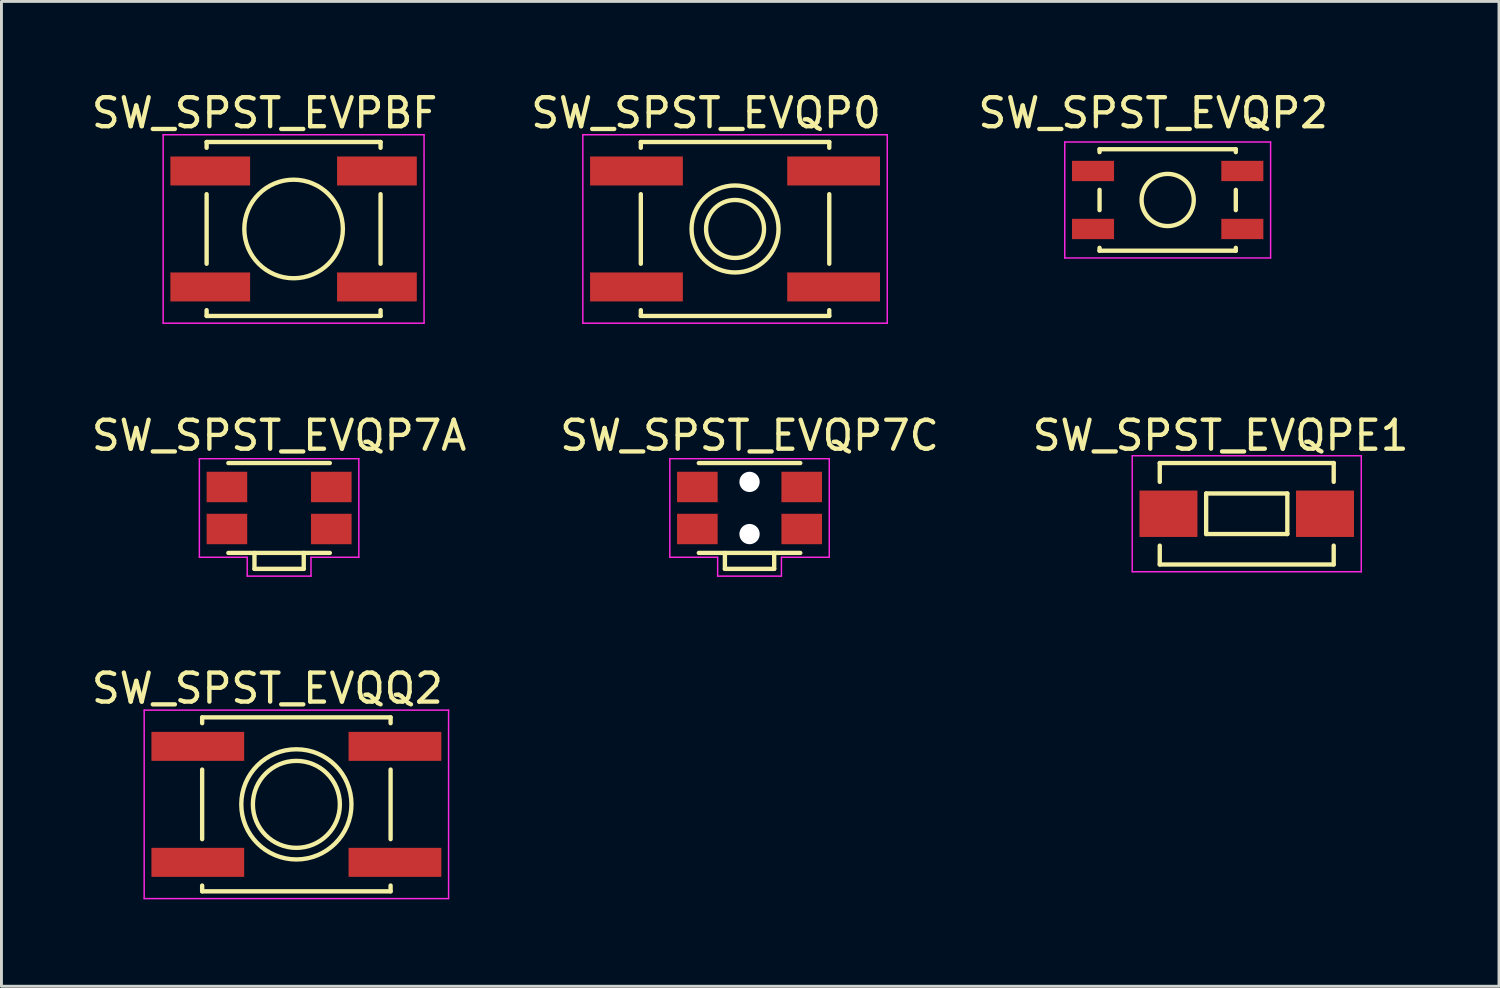
<source format=kicad_pcb>
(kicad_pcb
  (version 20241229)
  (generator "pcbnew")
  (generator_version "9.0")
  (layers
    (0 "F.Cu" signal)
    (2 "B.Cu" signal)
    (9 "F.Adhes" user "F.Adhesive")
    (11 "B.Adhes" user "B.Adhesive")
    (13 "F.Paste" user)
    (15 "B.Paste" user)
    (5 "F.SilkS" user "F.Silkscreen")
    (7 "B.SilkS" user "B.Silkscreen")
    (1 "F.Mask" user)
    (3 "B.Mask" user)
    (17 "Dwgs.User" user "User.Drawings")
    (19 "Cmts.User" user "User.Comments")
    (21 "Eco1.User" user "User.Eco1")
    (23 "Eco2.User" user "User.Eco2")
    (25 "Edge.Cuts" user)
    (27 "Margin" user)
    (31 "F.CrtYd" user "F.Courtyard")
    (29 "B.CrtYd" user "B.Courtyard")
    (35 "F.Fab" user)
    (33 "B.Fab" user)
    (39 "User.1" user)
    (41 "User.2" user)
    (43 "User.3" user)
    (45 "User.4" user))
  (footprint "SW_SPST_EVQQ2"
    (layer "F.Cu")
    (at 7.173 24.695)
    (property "Reference" "SW_SPST_EVQQ2" (at -1 -4 0) (layer "F.SilkS") (effects (font (size 1 1) (thickness 0.15))))
    (attr smd)
    (fp_line (start -3.25 -3) (end -3.25 -2.8) (stroke (width 0.15) (type solid)) (layer "F.SilkS"))
    (fp_line (start -3.25 -1.2) (end -3.25 1.2) (stroke (width 0.15) (type solid)) (layer "F.SilkS"))
    (fp_line (start -3.25 3) (end -3.25 2.8) (stroke (width 0.15) (type solid)) (layer "F.SilkS"))
    (fp_line (start -3.25 3) (end 3.25 3) (stroke (width 0.15) (type solid)) (layer "F.SilkS"))
    (fp_line (start 3.25 -3) (end -3.25 -3) (stroke (width 0.15) (type solid)) (layer "F.SilkS"))
    (fp_line (start 3.25 -3) (end 3.25 -2.8) (stroke (width 0.15) (type solid)) (layer "F.SilkS"))
    (fp_line (start 3.25 -1.2) (end 3.25 1.2) (stroke (width 0.15) (type solid)) (layer "F.SilkS"))
    (fp_line (start 3.25 3) (end 3.25 2.8) (stroke (width 0.15) (type solid)) (layer "F.SilkS"))
    (fp_circle (center 0 0) (end 1.5 0) (stroke (width 0.15) (type solid)) (fill no) (layer "F.SilkS"))
    (fp_circle (center 0 0) (end 1.9 0) (stroke (width 0.15) (type solid)) (fill no) (layer "F.SilkS"))
    (fp_line (start -5.25 -3.25) (end 5.25 -3.25) (stroke (width 0.05) (type solid)) (layer "F.CrtYd"))
    (fp_line (start -5.25 3.25) (end -5.25 -3.25) (stroke (width 0.05) (type solid)) (layer "F.CrtYd"))
    (fp_line (start 5.25 -3.25) (end 5.25 3.25) (stroke (width 0.05) (type solid)) (layer "F.CrtYd"))
    (fp_line (start 5.25 3.25) (end -5.25 3.25) (stroke (width 0.05) (type solid)) (layer "F.CrtYd"))
    (pad "1" smd rect (at -3.4 -2) (size 3.2 1) (layers "F.Cu" "F.Mask" "F.Paste"))
    (pad "1" smd rect (at 3.4 -2) (size 3.2 1) (layers "F.Cu" "F.Mask" "F.Paste"))
    (pad "2" smd rect (at -3.4 2) (size 3.2 1) (layers "F.Cu" "F.Mask" "F.Paste"))
    (pad "2" smd rect (at 3.4 2) (size 3.2 1) (layers "F.Cu" "F.Mask" "F.Paste")))
  (footprint "SW_SPST_EVQPE1"
    (layer "F.Cu")
    (at 39.954 14.671)
    (property "Reference" "SW_SPST_EVQPE1" (at -0.9 -2.7 0) (layer "F.SilkS") (effects (font (size 1 1) (thickness 0.15))))
    (attr smd)
    (fp_line (start -3 -1.75) (end -3 -1.1) (stroke (width 0.15) (type solid)) (layer "F.SilkS"))
    (fp_line (start -3 1.1) (end -3 1.75) (stroke (width 0.15) (type solid)) (layer "F.SilkS"))
    (fp_line (start -3 1.75) (end 3 1.75) (stroke (width 0.15) (type solid)) (layer "F.SilkS"))
    (fp_line (start -1.4 -0.7) (end 1.4 -0.7) (stroke (width 0.15) (type solid)) (layer "F.SilkS"))
    (fp_line (start -1.4 0.7) (end -1.4 -0.7) (stroke (width 0.15) (type solid)) (layer "F.SilkS"))
    (fp_line (start 1.4 -0.7) (end 1.4 0.7) (stroke (width 0.15) (type solid)) (layer "F.SilkS"))
    (fp_line (start 1.4 0.7) (end -1.4 0.7) (stroke (width 0.15) (type solid)) (layer "F.SilkS"))
    (fp_line (start 3 -1.75) (end -3 -1.75) (stroke (width 0.15) (type solid)) (layer "F.SilkS"))
    (fp_line (start 3 -1.75) (end 3 -1.1) (stroke (width 0.15) (type solid)) (layer "F.SilkS"))
    (fp_line (start 3 1.75) (end 3 1.1) (stroke (width 0.15) (type solid)) (layer "F.SilkS"))
    (fp_line (start -3.95 -2) (end 3.95 -2) (stroke (width 0.05) (type solid)) (layer "F.CrtYd"))
    (fp_line (start -3.95 2) (end -3.95 -2) (stroke (width 0.05) (type solid)) (layer "F.CrtYd"))
    (fp_line (start 3.95 -2) (end 3.95 2) (stroke (width 0.05) (type solid)) (layer "F.CrtYd"))
    (fp_line (start 3.95 2) (end -3.95 2) (stroke (width 0.05) (type solid)) (layer "F.CrtYd"))
    (pad "1" smd rect (at -2.7 0) (size 2 1.6) (layers "F.Cu" "F.Mask" "F.Paste"))
    (pad "2" smd rect (at 2.7 0) (size 2 1.6) (layers "F.Cu" "F.Mask" "F.Paste")))
  (footprint "SW_SPST_EVPBF"
    (layer "F.Cu")
    (at 7.077 4.848)
    (property "Reference" "SW_SPST_EVPBF" (at -1 -4 0) (layer "F.SilkS") (effects (font (size 1 1) (thickness 0.15))))
    (attr smd)
    (fp_line (start -3 -3) (end -3 -2.8) (stroke (width 0.15) (type solid)) (layer "F.SilkS"))
    (fp_line (start -3 -1.2) (end -3 1.2) (stroke (width 0.15) (type solid)) (layer "F.SilkS"))
    (fp_line (start -3 3) (end -3 2.8) (stroke (width 0.15) (type solid)) (layer "F.SilkS"))
    (fp_line (start -3 3) (end 3 3) (stroke (width 0.15) (type solid)) (layer "F.SilkS"))
    (fp_line (start 3 -3) (end -3 -3) (stroke (width 0.15) (type solid)) (layer "F.SilkS"))
    (fp_line (start 3 -3) (end 3 -2.8) (stroke (width 0.15) (type solid)) (layer "F.SilkS"))
    (fp_line (start 3 -1.2) (end 3 1.2) (stroke (width 0.15) (type solid)) (layer "F.SilkS"))
    (fp_line (start 3 3) (end 3 2.8) (stroke (width 0.15) (type solid)) (layer "F.SilkS"))
    (fp_circle (center 0 0) (end 1.7 0) (stroke (width 0.15) (type solid)) (fill no) (layer "F.SilkS"))
    (fp_line (start -4.5 -3.25) (end 4.5 -3.25) (stroke (width 0.05) (type solid)) (layer "F.CrtYd"))
    (fp_line (start -4.5 3.25) (end -4.5 -3.25) (stroke (width 0.05) (type solid)) (layer "F.CrtYd"))
    (fp_line (start 4.5 -3.25) (end 4.5 3.25) (stroke (width 0.05) (type solid)) (layer "F.CrtYd"))
    (fp_line (start 4.5 3.25) (end -4.5 3.25) (stroke (width 0.05) (type solid)) (layer "F.CrtYd"))
    (pad "1" smd rect (at -2.875 -2) (size 2.75 1) (layers "F.Cu" "F.Mask" "F.Paste"))
    (pad "1" smd rect (at 2.875 -2) (size 2.75 1) (layers "F.Cu" "F.Mask" "F.Paste"))
    (pad "2" smd rect (at -2.875 2) (size 2.75 1) (layers "F.Cu" "F.Mask" "F.Paste"))
    (pad "2" smd rect (at 2.875 2) (size 2.75 1) (layers "F.Cu" "F.Mask" "F.Paste")))
  (footprint "SW_SPST_EVQP0"
    (layer "F.Cu")
    (at 22.304 4.848)
    (property "Reference" "SW_SPST_EVQP0" (at -1 -4 0) (layer "F.SilkS") (effects (font (size 1 1) (thickness 0.15))))
    (attr smd)
    (fp_line (start -3.25 -3) (end -3.25 -2.8) (stroke (width 0.15) (type solid)) (layer "F.SilkS"))
    (fp_line (start -3.25 -1.2) (end -3.25 1.2) (stroke (width 0.15) (type solid)) (layer "F.SilkS"))
    (fp_line (start -3.25 3) (end -3.25 2.8) (stroke (width 0.15) (type solid)) (layer "F.SilkS"))
    (fp_line (start -3.25 3) (end 3.25 3) (stroke (width 0.15) (type solid)) (layer "F.SilkS"))
    (fp_line (start 3.25 -3) (end -3.25 -3) (stroke (width 0.15) (type solid)) (layer "F.SilkS"))
    (fp_line (start 3.25 -3) (end 3.25 -2.8) (stroke (width 0.15) (type solid)) (layer "F.SilkS"))
    (fp_line (start 3.25 -1.2) (end 3.25 1.2) (stroke (width 0.15) (type solid)) (layer "F.SilkS"))
    (fp_line (start 3.25 3) (end 3.25 2.8) (stroke (width 0.15) (type solid)) (layer "F.SilkS"))
    (fp_circle (center 0 0) (end 1 0) (stroke (width 0.15) (type solid)) (fill no) (layer "F.SilkS"))
    (fp_circle (center 0 0) (end 1.5 0) (stroke (width 0.15) (type solid)) (fill no) (layer "F.SilkS"))
    (fp_line (start -5.25 -3.25) (end 5.25 -3.25) (stroke (width 0.05) (type solid)) (layer "F.CrtYd"))
    (fp_line (start -5.25 3.25) (end -5.25 -3.25) (stroke (width 0.05) (type solid)) (layer "F.CrtYd"))
    (fp_line (start 5.25 -3.25) (end 5.25 3.25) (stroke (width 0.05) (type solid)) (layer "F.CrtYd"))
    (fp_line (start 5.25 3.25) (end -5.25 3.25) (stroke (width 0.05) (type solid)) (layer "F.CrtYd"))
    (pad "1" smd rect (at -3.4 -2) (size 3.2 1) (layers "F.Cu" "F.Mask" "F.Paste"))
    (pad "1" smd rect (at 3.4 -2) (size 3.2 1) (layers "F.Cu" "F.Mask" "F.Paste"))
    (pad "2" smd rect (at -3.4 2) (size 3.2 1) (layers "F.Cu" "F.Mask" "F.Paste"))
    (pad "2" smd rect (at 3.4 2) (size 3.2 1) (layers "F.Cu" "F.Mask" "F.Paste")))
  (footprint "SW_SPST_EVQP7A"
    (layer "F.Cu")
    (at 6.577 14.472)
    (property "Reference" "SW_SPST_EVQP7A" (at 0 -2.5 0) (layer "F.SilkS") (effects (font (size 1 1) (thickness 0.15))))
    (attr smd)
    (fp_line (start -1.75 -1.55) (end 1.75 -1.55) (stroke (width 0.15) (type solid)) (layer "F.SilkS"))
    (fp_line (start -0.85 2.1) (end -0.85 1.55) (stroke (width 0.15) (type solid)) (layer "F.SilkS"))
    (fp_line (start 0.85 1.55) (end 0.85 2.1) (stroke (width 0.15) (type solid)) (layer "F.SilkS"))
    (fp_line (start 0.85 2.1) (end -0.85 2.1) (stroke (width 0.15) (type solid)) (layer "F.SilkS"))
    (fp_line (start 1.75 1.55) (end -1.75 1.55) (stroke (width 0.15) (type solid)) (layer "F.SilkS"))
    (fp_line (start -2.75 -1.7) (end 2.75 -1.7) (stroke (width 0.05) (type solid)) (layer "F.CrtYd"))
    (fp_line (start -2.75 1.7) (end -2.75 -1.7) (stroke (width 0.05) (type solid)) (layer "F.CrtYd"))
    (fp_line (start -1.1 1.7) (end -2.75 1.7) (stroke (width 0.05) (type solid)) (layer "F.CrtYd"))
    (fp_line (start -1.1 2.35) (end -1.1 1.7) (stroke (width 0.05) (type solid)) (layer "F.CrtYd"))
    (fp_line (start 1.1 1.7) (end 1.1 2.35) (stroke (width 0.05) (type solid)) (layer "F.CrtYd"))
    (fp_line (start 1.1 2.35) (end -1.1 2.35) (stroke (width 0.05) (type solid)) (layer "F.CrtYd"))
    (fp_line (start 2.75 -1.7) (end 2.75 1.7) (stroke (width 0.05) (type solid)) (layer "F.CrtYd"))
    (fp_line (start 2.75 1.7) (end 1.1 1.7) (stroke (width 0.05) (type solid)) (layer "F.CrtYd"))
    (pad "1" smd rect (at -1.8 -0.725) (size 1.4 1.05) (layers "F.Cu" "F.Mask" "F.Paste"))
    (pad "1" smd rect (at 1.8 -0.725) (size 1.4 1.05) (layers "F.Cu" "F.Mask" "F.Paste"))
    (pad "2" smd rect (at -1.8 0.725) (size 1.4 1.05) (layers "F.Cu" "F.Mask" "F.Paste"))
    (pad "2" smd rect (at 1.8 0.725) (size 1.4 1.05) (layers "F.Cu" "F.Mask" "F.Paste")))
  (footprint "SW_SPST_EVQP7C"
    (layer "F.Cu")
    (at 22.804 14.472)
    (property "Reference" "SW_SPST_EVQP7C" (at 0 -2.5 0) (layer "F.SilkS") (effects (font (size 1 1) (thickness 0.15))))
    (attr smd)
    (fp_line (start -1.75 -1.55) (end 1.75 -1.55) (stroke (width 0.15) (type solid)) (layer "F.SilkS"))
    (fp_line (start -0.85 2.1) (end -0.85 1.55) (stroke (width 0.15) (type solid)) (layer "F.SilkS"))
    (fp_line (start 0.85 1.55) (end 0.85 2.1) (stroke (width 0.15) (type solid)) (layer "F.SilkS"))
    (fp_line (start 0.85 2.1) (end -0.85 2.1) (stroke (width 0.15) (type solid)) (layer "F.SilkS"))
    (fp_line (start 1.75 1.55) (end -1.75 1.55) (stroke (width 0.15) (type solid)) (layer "F.SilkS"))
    (fp_line (start -2.75 -1.7) (end 2.75 -1.7) (stroke (width 0.05) (type solid)) (layer "F.CrtYd"))
    (fp_line (start -2.75 1.7) (end -2.75 -1.7) (stroke (width 0.05) (type solid)) (layer "F.CrtYd"))
    (fp_line (start -1.1 1.7) (end -2.75 1.7) (stroke (width 0.05) (type solid)) (layer "F.CrtYd"))
    (fp_line (start -1.1 2.35) (end -1.1 1.7) (stroke (width 0.05) (type solid)) (layer "F.CrtYd"))
    (fp_line (start 1.1 1.7) (end 1.1 2.35) (stroke (width 0.05) (type solid)) (layer "F.CrtYd"))
    (fp_line (start 1.1 2.35) (end -1.1 2.35) (stroke (width 0.05) (type solid)) (layer "F.CrtYd"))
    (fp_line (start 2.75 -1.7) (end 2.75 1.7) (stroke (width 0.05) (type solid)) (layer "F.CrtYd"))
    (fp_line (start 2.75 1.7) (end 1.1 1.7) (stroke (width 0.05) (type solid)) (layer "F.CrtYd"))
    (pad "" np_thru_hole circle (at 0 -0.9) (size 0.7 0.7) (drill 0.7) (layers "*.Cu" "*.Mask"))
    (pad "" np_thru_hole circle (at 0 0.9) (size 0.7 0.7) (drill 0.7) (layers "*.Cu" "*.Mask"))
    (pad "1" smd rect (at -1.8 -0.725) (size 1.4 1.05) (layers "F.Cu" "F.Mask" "F.Paste"))
    (pad "1" smd rect (at 1.8 -0.725) (size 1.4 1.05) (layers "F.Cu" "F.Mask" "F.Paste"))
    (pad "2" smd rect (at -1.8 0.725) (size 1.4 1.05) (layers "F.Cu" "F.Mask" "F.Paste"))
    (pad "2" smd rect (at 1.8 0.725) (size 1.4 1.05) (layers "F.Cu" "F.Mask" "F.Paste")))
  (footprint "SW_SPST_EVQP2"
    (layer "F.Cu")
    (at 37.227 3.848)
    (property "Reference" "SW_SPST_EVQP2" (at -0.5 -3 0) (layer "F.SilkS") (effects (font (size 1 1) (thickness 0.15))))
    (attr smd)
    (fp_line (start -2.35 -1.75) (end -2.35 -1.65) (stroke (width 0.15) (type solid)) (layer "F.SilkS"))
    (fp_line (start -2.35 -0.35) (end -2.35 0.35) (stroke (width 0.15) (type solid)) (layer "F.SilkS"))
    (fp_line (start -2.35 1.65) (end -2.35 1.75) (stroke (width 0.15) (type solid)) (layer "F.SilkS"))
    (fp_line (start -2.35 1.75) (end 2.35 1.75) (stroke (width 0.15) (type solid)) (layer "F.SilkS"))
    (fp_line (start 2.35 -1.75) (end -2.35 -1.75) (stroke (width 0.15) (type solid)) (layer "F.SilkS"))
    (fp_line (start 2.35 -1.75) (end 2.35 -1.65) (stroke (width 0.15) (type solid)) (layer "F.SilkS"))
    (fp_line (start 2.35 -0.35) (end 2.35 0.35) (stroke (width 0.15) (type solid)) (layer "F.SilkS"))
    (fp_line (start 2.35 1.75) (end 2.35 1.65) (stroke (width 0.15) (type solid)) (layer "F.SilkS"))
    (fp_circle (center 0 0) (end 0.9 0) (stroke (width 0.15) (type solid)) (fill no) (layer "F.SilkS"))
    (fp_line (start -3.55 -2) (end 3.55 -2) (stroke (width 0.05) (type solid)) (layer "F.CrtYd"))
    (fp_line (start -3.55 2) (end -3.55 -2) (stroke (width 0.05) (type solid)) (layer "F.CrtYd"))
    (fp_line (start 3.55 -2) (end 3.55 2) (stroke (width 0.05) (type solid)) (layer "F.CrtYd"))
    (fp_line (start 3.55 2) (end -3.55 2) (stroke (width 0.05) (type solid)) (layer "F.CrtYd"))
    (pad "1" smd rect (at -2.575 -1) (size 1.45 0.7) (layers "F.Cu" "F.Mask" "F.Paste"))
    (pad "1" smd rect (at 2.575 -1) (size 1.45 0.7) (layers "F.Cu" "F.Mask" "F.Paste"))
    (pad "2" smd rect (at -2.575 1) (size 1.45 0.7) (layers "F.Cu" "F.Mask" "F.Paste"))
    (pad "2" smd rect (at 2.575 1) (size 1.45 0.7) (layers "F.Cu" "F.Mask" "F.Paste")))
  (gr_rect
    (start -3 -3)
    (end 48.655 30.97)
    (stroke (width 0.1) (type default))
    (fill no)
    (layer "Edge.Cuts")))
</source>
